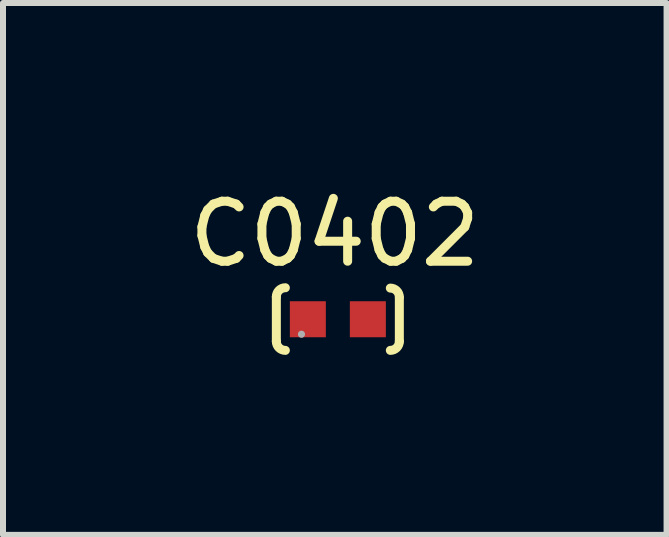
<source format=kicad_pcb>
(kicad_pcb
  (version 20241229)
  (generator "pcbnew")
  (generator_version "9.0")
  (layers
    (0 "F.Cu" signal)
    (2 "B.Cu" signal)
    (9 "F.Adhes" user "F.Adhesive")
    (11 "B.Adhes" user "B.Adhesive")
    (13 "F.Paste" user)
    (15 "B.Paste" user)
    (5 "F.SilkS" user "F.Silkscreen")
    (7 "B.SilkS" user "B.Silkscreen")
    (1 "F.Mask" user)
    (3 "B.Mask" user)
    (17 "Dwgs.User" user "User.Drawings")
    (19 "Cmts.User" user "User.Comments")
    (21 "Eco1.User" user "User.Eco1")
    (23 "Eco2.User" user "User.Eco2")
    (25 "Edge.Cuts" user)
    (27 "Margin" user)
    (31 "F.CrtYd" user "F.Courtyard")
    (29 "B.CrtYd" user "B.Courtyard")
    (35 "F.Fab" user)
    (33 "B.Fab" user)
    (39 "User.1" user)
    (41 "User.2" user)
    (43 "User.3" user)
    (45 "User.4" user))
  (footprint "C0402"
    (layer "F.Cu")
    (at 2.581 2.271)
    (property "Reference" "C0402" (at -0.051 -1.422 0) (layer "F.SilkS") (effects (font (size 1 1) (thickness 0.15))))
    (attr smd)
    (fp_line (start -1.025 -0.375) (end -1.025 0.369) (stroke (width 0.15) (type solid)) (layer "F.SilkS"))
    (fp_line (start 1.025 -0.36) (end 1.025 0.369) (stroke (width 0.15) (type solid)) (layer "F.SilkS"))
    (fp_arc (start -1.025 -0.375) (mid -0.981066 -0.481066) (end -0.875 -0.525) (stroke (width 0.15) (type solid)) (layer "F.SilkS"))
    (fp_arc (start -0.875 0.518934) (mid -0.981066 0.475) (end -1.025 0.368934) (stroke (width 0.15) (type solid)) (layer "F.SilkS"))
    (fp_arc (start 0.875 -0.518934) (mid 0.981078 -0.475002) (end 1.025 -0.368934) (stroke (width 0.15) (type solid)) (layer "F.SilkS"))
    (fp_arc (start 1.025 0.368934) (mid 0.981065 0.474997) (end 0.875 0.518934) (stroke (width 0.15) (type solid)) (layer "F.SilkS"))
    (fp_circle (center -0.606 0.25) (end -0.576 0.25) (stroke (width 0.06) (type solid)) (fill no) (layer "F.Fab"))
    (pad "1" smd rect (at -0.5 0) (size 0.6 0.6) (layers "F.Cu" "F.Mask" "F.Paste"))
    (pad "2" smd rect (at 0.5 0) (size 0.6 0.6) (layers "F.Cu" "F.Mask" "F.Paste")))
  (gr_rect
    (start -3 -3)
    (end 8.06 5.865)
    (stroke (width 0.1) (type default))
    (fill no)
    (layer "Edge.Cuts")))
</source>
